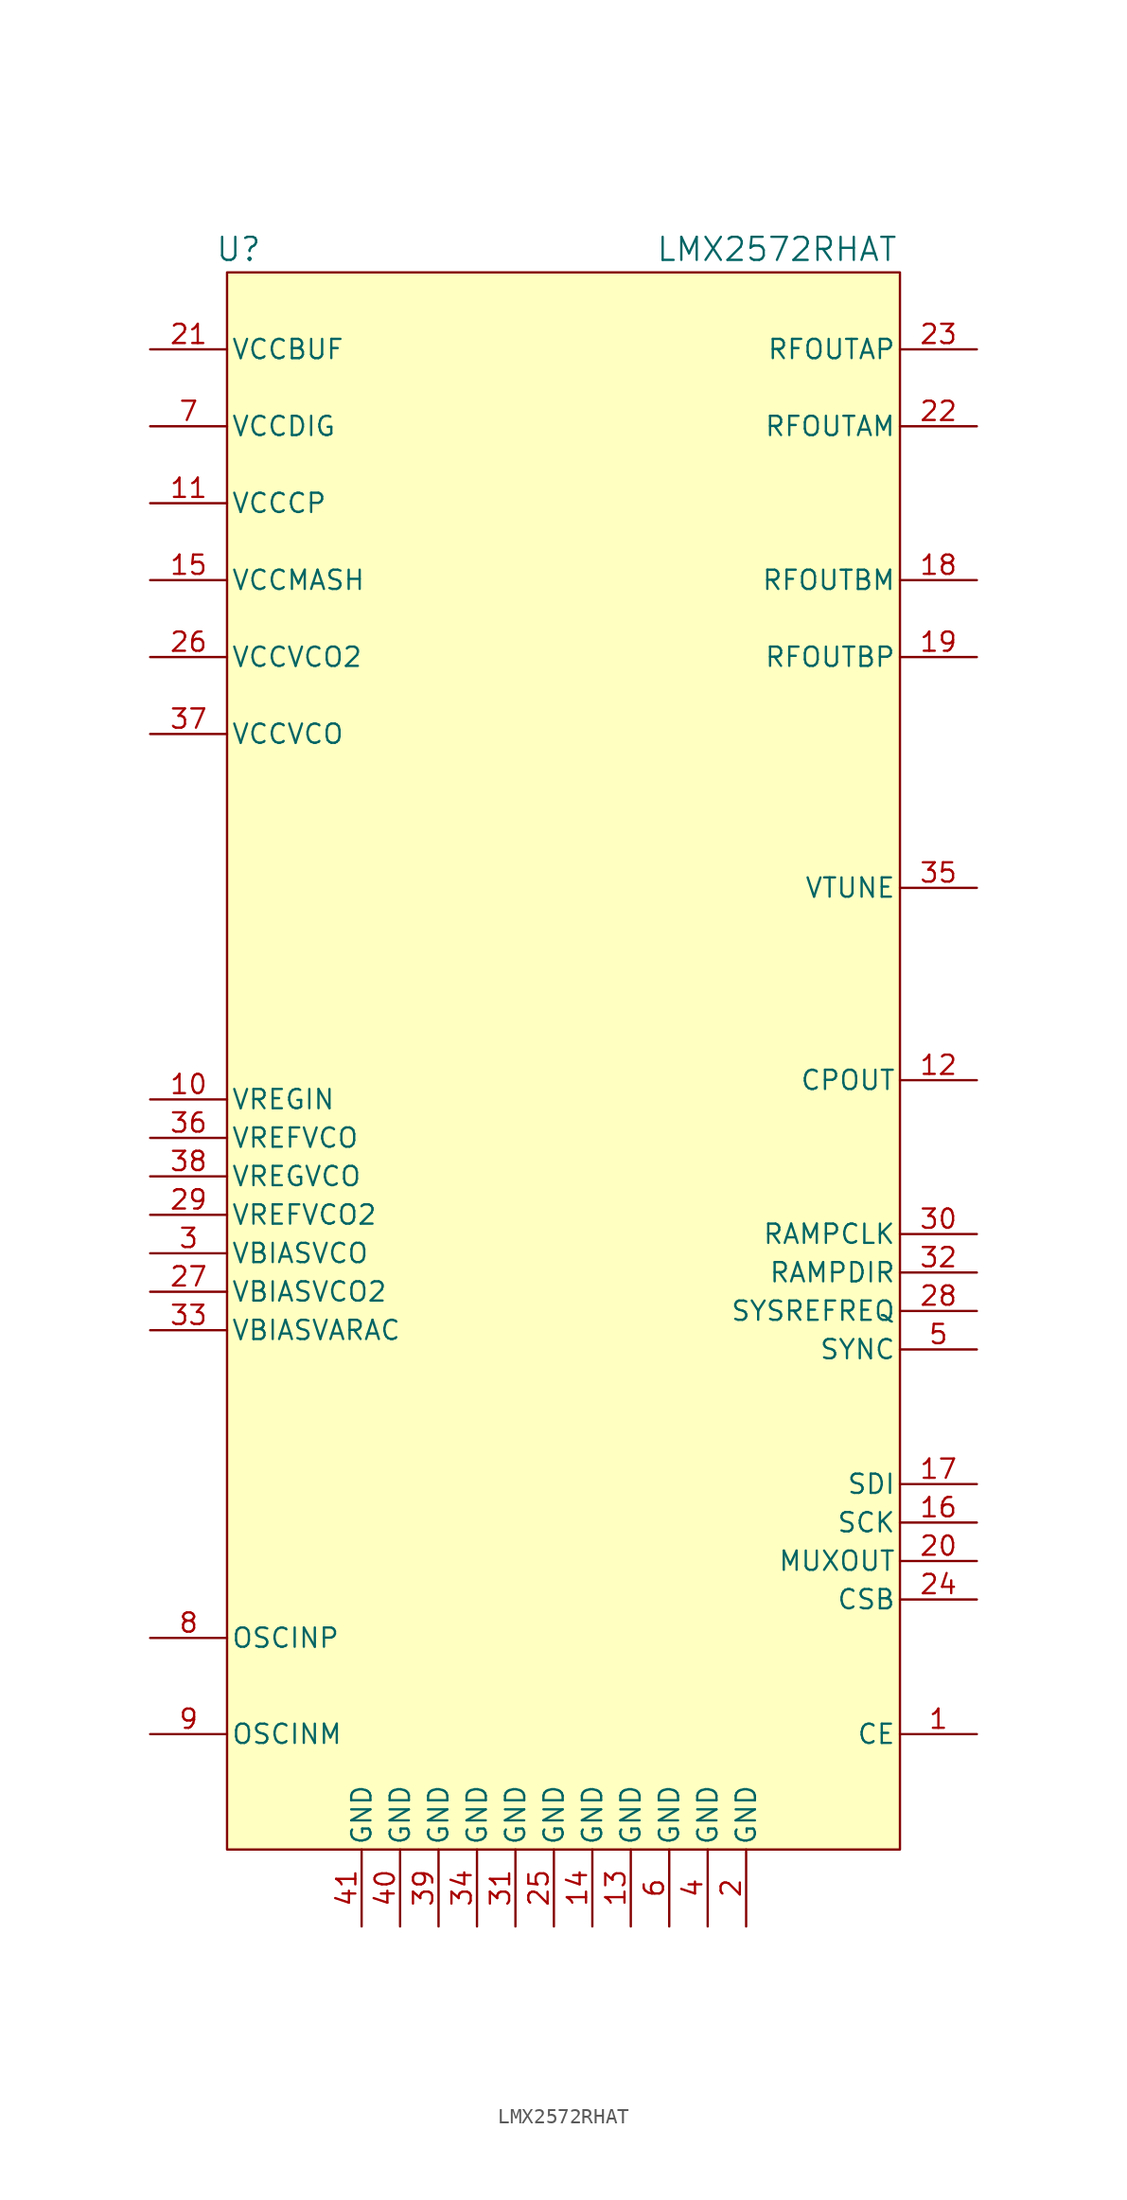
<source format=kicad_sym>
(kicad_symbol_lib
  (version 20241209)
  (generator "kicad_symbol_editor")
  (generator_version "9.0")
  (symbol "LMX2572RHAT"
    (pin_names
      (offset 0.254))
    (property "Reference" "U"
      (at -20.828 48.514 0)
      (effects (font (size 1.524 1.524))))
    (property "Value" "LMX2572RHAT"
      (at 14.732 48.514 0)
      (effects (font (size 1.524 1.524))))
    (symbol "LMX2572RHAT_0_1"
      (pin power_in line (at -26.67 41.91 0) (length 5.08) (name "VCCBUF" (effects (font (size 1.27 1.27)))) (number "21" (effects (font (size 1.27 1.27)))))
      (pin power_in line (at -26.67 36.83 0) (length 5.08) (name "VCCDIG" (effects (font (size 1.27 1.27)))) (number "7" (effects (font (size 1.27 1.27)))))
      (pin power_in line (at -26.67 31.75 0) (length 5.08) (name "VCCCP" (effects (font (size 1.27 1.27)))) (number "11" (effects (font (size 1.27 1.27)))))
      (pin power_in line (at -26.67 26.67 0) (length 5.08) (name "VCCMASH" (effects (font (size 1.27 1.27)))) (number "15" (effects (font (size 1.27 1.27)))))
      (pin power_in line (at -26.67 21.59 0) (length 5.08) (name "VCCVCO2" (effects (font (size 1.27 1.27)))) (number "26" (effects (font (size 1.27 1.27)))))
      (pin power_in line (at -26.67 16.51 0) (length 5.08) (name "VCCVCO" (effects (font (size 1.27 1.27)))) (number "37" (effects (font (size 1.27 1.27)))))
      (pin passive line (at -26.67 -10.16 0) (length 5.08) (name "VREFVCO" (effects (font (size 1.27 1.27)))) (number "36" (effects (font (size 1.27 1.27)))))
      (pin passive line (at -26.67 -12.7 0) (length 5.08) (name "VREGVCO" (effects (font (size 1.27 1.27)))) (number "38" (effects (font (size 1.27 1.27)))))
      (pin passive line (at -26.67 -15.24 0) (length 5.08) (name "VREFVCO2" (effects (font (size 1.27 1.27)))) (number "29" (effects (font (size 1.27 1.27)))))
      (pin passive line (at -26.67 -17.78 0) (length 5.08) (name "VBIASVCO" (effects (font (size 1.27 1.27)))) (number "3" (effects (font (size 1.27 1.27)))))
      (pin passive line (at -26.67 -20.32 0) (length 5.08) (name "VBIASVCO2" (effects (font (size 1.27 1.27)))) (number "27" (effects (font (size 1.27 1.27)))))
      (pin passive line (at -26.67 -22.86 0) (length 5.08) (name "VBIASVARAC" (effects (font (size 1.27 1.27)))) (number "33" (effects (font (size 1.27 1.27)))))
      (pin input line (at -26.67 -43.18 0) (length 5.08) (name "OSCINP" (effects (font (size 1.27 1.27)))) (number "8" (effects (font (size 1.27 1.27)))))
      (pin input line (at -26.67 -49.53 0) (length 5.08) (name "OSCINM" (effects (font (size 1.27 1.27)))) (number "9" (effects (font (size 1.27 1.27)))))
      (pin power_in line (at -12.7 -62.23 90) (length 5.08) (name "GND" (effects (font (size 1.27 1.27)))) (number "41" (effects (font (size 1.27 1.27)))))
      (pin power_in line (at -10.16 -62.23 90) (length 5.08) (name "GND" (effects (font (size 1.27 1.27)))) (number "40" (effects (font (size 1.27 1.27)))))
      (pin power_in line (at -7.62 -62.23 90) (length 5.08) (name "GND" (effects (font (size 1.27 1.27)))) (number "39" (effects (font (size 1.27 1.27)))))
      (pin power_in line (at -5.08 -62.23 90) (length 5.08) (name "GND" (effects (font (size 1.27 1.27)))) (number "34" (effects (font (size 1.27 1.27)))))
      (pin power_in line (at -2.54 -62.23 90) (length 5.08) (name "GND" (effects (font (size 1.27 1.27)))) (number "31" (effects (font (size 1.27 1.27)))))
      (pin power_in line (at 0 -62.23 90) (length 5.08) (name "GND" (effects (font (size 1.27 1.27)))) (number "25" (effects (font (size 1.27 1.27)))))
      (pin power_in line (at 2.54 -62.23 90) (length 5.08) (name "GND" (effects (font (size 1.27 1.27)))) (number "14" (effects (font (size 1.27 1.27)))))
      (pin power_in line (at 5.08 -62.23 90) (length 5.08) (name "GND" (effects (font (size 1.27 1.27)))) (number "13" (effects (font (size 1.27 1.27)))))
      (pin power_in line (at 7.62 -62.23 90) (length 5.08) (name "GND" (effects (font (size 1.27 1.27)))) (number "6" (effects (font (size 1.27 1.27)))))
      (pin power_in line (at 10.16 -62.23 90) (length 5.08) (name "GND" (effects (font (size 1.27 1.27)))) (number "4" (effects (font (size 1.27 1.27)))))
      (pin power_in line (at 12.7 -62.23 90) (length 5.08) (name "GND" (effects (font (size 1.27 1.27)))) (number "2" (effects (font (size 1.27 1.27)))))
      (pin output line (at 27.94 41.91 180) (length 5.08) (name "RFOUTAP" (effects (font (size 1.27 1.27)))) (number "23" (effects (font (size 1.27 1.27)))))
      (pin output line (at 27.94 36.83 180) (length 5.08) (name "RFOUTAM" (effects (font (size 1.27 1.27)))) (number "22" (effects (font (size 1.27 1.27)))))
      (pin output line (at 27.94 26.67 180) (length 5.08) (name "RFOUTBM" (effects (font (size 1.27 1.27)))) (number "18" (effects (font (size 1.27 1.27)))))
      (pin output line (at 27.94 21.59 180) (length 5.08) (name "RFOUTBP" (effects (font (size 1.27 1.27)))) (number "19" (effects (font (size 1.27 1.27)))))
      (pin input line (at 27.94 6.35 180) (length 5.08) (name "VTUNE" (effects (font (size 1.27 1.27)))) (number "35" (effects (font (size 1.27 1.27)))))
      (pin input line (at 27.94 -16.51 180) (length 5.08) (name "RAMPCLK" (effects (font (size 1.27 1.27)))) (number "30" (effects (font (size 1.27 1.27)))))
      (pin input line (at 27.94 -19.05 180) (length 5.08) (name "RAMPDIR" (effects (font (size 1.27 1.27)))) (number "32" (effects (font (size 1.27 1.27)))))
      (pin input line (at 27.94 -21.59 180) (length 5.08) (name "SYSREFREQ" (effects (font (size 1.27 1.27)))) (number "28" (effects (font (size 1.27 1.27)))))
      (pin input line (at 27.94 -24.13 180) (length 5.08) (name "SYNC" (effects (font (size 1.27 1.27)))) (number "5" (effects (font (size 1.27 1.27)))))
      (pin input line (at 27.94 -33.02 180) (length 5.08) (name "SDI" (effects (font (size 1.27 1.27)))) (number "17" (effects (font (size 1.27 1.27)))))
      (pin input line (at 27.94 -35.56 180) (length 5.08) (name "SCK" (effects (font (size 1.27 1.27)))) (number "16" (effects (font (size 1.27 1.27)))))
      (pin output line (at 27.94 -38.1 180) (length 5.08) (name "MUXOUT" (effects (font (size 1.27 1.27)))) (number "20" (effects (font (size 1.27 1.27)))))
      (pin input line (at 27.94 -40.64 180) (length 5.08) (name "CSB" (effects (font (size 1.27 1.27)))) (number "24" (effects (font (size 1.27 1.27)))))
      (pin input line (at 27.94 -49.53 180) (length 5.08) (name "CE" (effects (font (size 1.27 1.27)))) (number "1" (effects (font (size 1.27 1.27))))))
    (symbol "LMX2572RHAT_1_1"
      (rectangle (start -21.59 46.99) (end 22.86 -57.15) (stroke (width 0) (type default)) (fill (type background)))
      (pin passive line (at -26.67 -7.62 0) (length 5.08) (name "VREGIN" (effects (font (size 1.27 1.27)))) (number "10" (effects (font (size 1.27 1.27)))))
      (pin passive line (at 27.94 -6.35 180) (length 5.08) (name "CPOUT" (effects (font (size 1.27 1.27)))) (number "12" (effects (font (size 1.27 1.27))))))))
</source>
